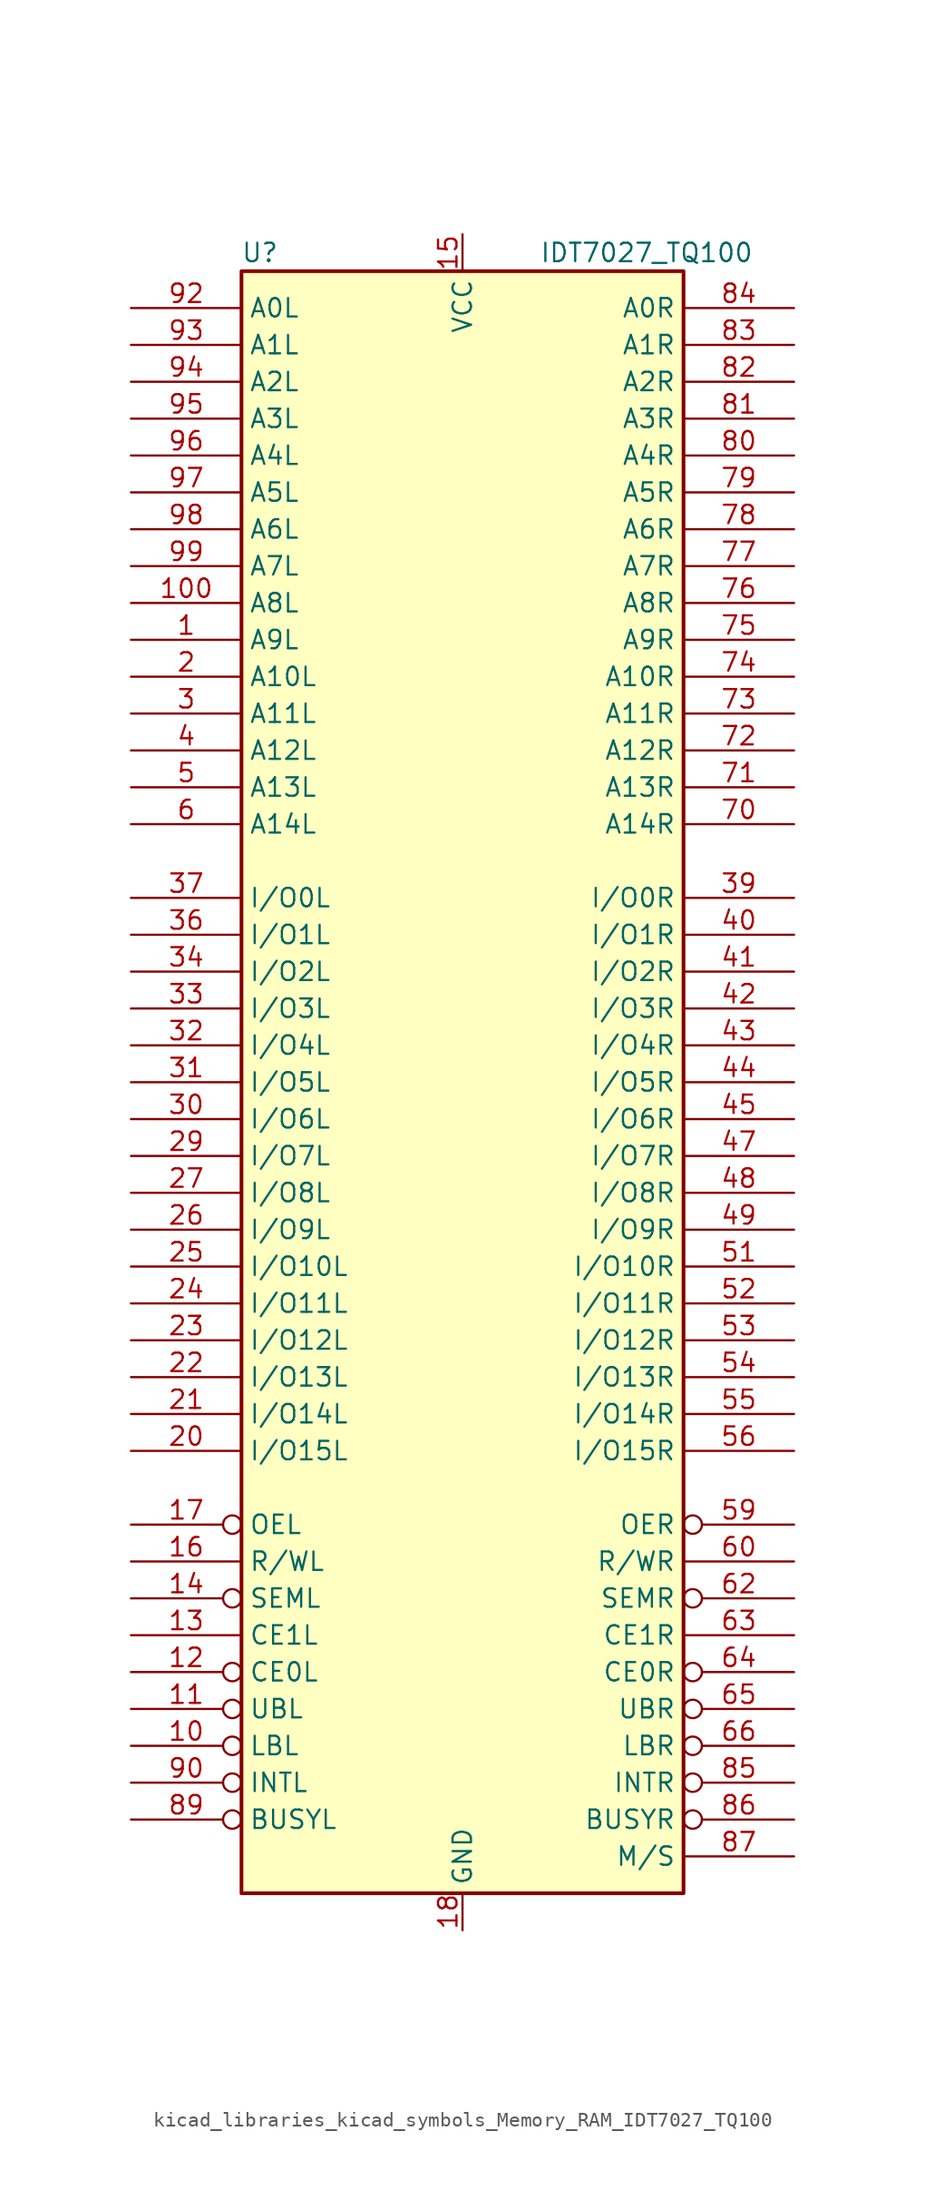
<source format=kicad_sym>
(kicad_symbol_lib
  (version 20220914)
  (generator kicad_symbol_editor)
  (symbol "kicad_libraries_kicad_symbols_Memory_RAM_IDT7027_TQ100"
    (property "Reference" "U"
      (at -13.97 57.15 0)
      (effects (font (size 1.27 1.27))))
    (property "Value" "IDT7027_TQ100"
      (at 12.7 57.15 0)
      (effects (font (size 1.27 1.27))))
    (symbol "kicad_libraries_kicad_symbols_Memory_RAM_IDT7027_TQ100_0_1"
      (rectangle (start -15.24 55.88) (end 15.24 -55.88) (stroke (width 0.254) (type default)) (fill (type background))))
    (symbol "kicad_libraries_kicad_symbols_Memory_RAM_IDT7027_TQ100_1_1"
      (pin input line (at -22.86 30.48 0) (length 7.62) (name "A9L" (effects (font (size 1.27 1.27)))) (number "1" (effects (font (size 1.27 1.27)))))
      (pin input inverted (at -22.86 -45.72 0) (length 7.62) (name "LBL" (effects (font (size 1.27 1.27)))) (number "10" (effects (font (size 1.27 1.27)))))
      (pin input line (at -22.86 33.02 0) (length 7.62) (name "A8L" (effects (font (size 1.27 1.27)))) (number "100" (effects (font (size 1.27 1.27)))))
      (pin input inverted (at -22.86 -43.18 0) (length 7.62) (name "UBL" (effects (font (size 1.27 1.27)))) (number "11" (effects (font (size 1.27 1.27)))))
      (pin input inverted (at -22.86 -40.64 0) (length 7.62) (name "CE0L" (effects (font (size 1.27 1.27)))) (number "12" (effects (font (size 1.27 1.27)))))
      (pin input line (at -22.86 -38.1 0) (length 7.62) (name "CE1L" (effects (font (size 1.27 1.27)))) (number "13" (effects (font (size 1.27 1.27)))))
      (pin input inverted (at -22.86 -35.56 0) (length 7.62) (name "SEML" (effects (font (size 1.27 1.27)))) (number "14" (effects (font (size 1.27 1.27)))))
      (pin power_in line (at 0 58.42 270) (length 2.54) (name "VCC" (effects (font (size 1.27 1.27)))) (number "15" (effects (font (size 1.27 1.27)))))
      (pin input line (at -22.86 -33.02 0) (length 7.62) (name "R/WL" (effects (font (size 1.27 1.27)))) (number "16" (effects (font (size 1.27 1.27)))))
      (pin input inverted (at -22.86 -30.48 0) (length 7.62) (name "OEL" (effects (font (size 1.27 1.27)))) (number "17" (effects (font (size 1.27 1.27)))))
      (pin power_in line (at 0 -58.42 90) (length 2.54) (name "GND" (effects (font (size 1.27 1.27)))) (number "18" (effects (font (size 1.27 1.27)))))
      (pin passive line (at 0 -58.42 90) (length 2.54) hide (name "GND" (effects (font (size 1.27 1.27)))) (number "19" (effects (font (size 1.27 1.27)))))
      (pin input line (at -22.86 27.94 0) (length 7.62) (name "A10L" (effects (font (size 1.27 1.27)))) (number "2" (effects (font (size 1.27 1.27)))))
      (pin bidirectional line (at -22.86 -25.4 0) (length 7.62) (name "I/O15L" (effects (font (size 1.27 1.27)))) (number "20" (effects (font (size 1.27 1.27)))))
      (pin bidirectional line (at -22.86 -22.86 0) (length 7.62) (name "I/O14L" (effects (font (size 1.27 1.27)))) (number "21" (effects (font (size 1.27 1.27)))))
      (pin bidirectional line (at -22.86 -20.32 0) (length 7.62) (name "I/O13L" (effects (font (size 1.27 1.27)))) (number "22" (effects (font (size 1.27 1.27)))))
      (pin bidirectional line (at -22.86 -17.78 0) (length 7.62) (name "I/O12L" (effects (font (size 1.27 1.27)))) (number "23" (effects (font (size 1.27 1.27)))))
      (pin bidirectional line (at -22.86 -15.24 0) (length 7.62) (name "I/O11L" (effects (font (size 1.27 1.27)))) (number "24" (effects (font (size 1.27 1.27)))))
      (pin bidirectional line (at -22.86 -12.7 0) (length 7.62) (name "I/O10L" (effects (font (size 1.27 1.27)))) (number "25" (effects (font (size 1.27 1.27)))))
      (pin bidirectional line (at -22.86 -10.16 0) (length 7.62) (name "I/O9L" (effects (font (size 1.27 1.27)))) (number "26" (effects (font (size 1.27 1.27)))))
      (pin bidirectional line (at -22.86 -7.62 0) (length 7.62) (name "I/O8L" (effects (font (size 1.27 1.27)))) (number "27" (effects (font (size 1.27 1.27)))))
      (pin passive line (at 0 58.42 270) (length 2.54) hide (name "VCC" (effects (font (size 0.762 0.762)))) (number "28" (effects (font (size 0.762 0.762)))))
      (pin bidirectional line (at -22.86 -5.08 0) (length 7.62) (name "I/O7L" (effects (font (size 1.27 1.27)))) (number "29" (effects (font (size 1.27 1.27)))))
      (pin input line (at -22.86 25.4 0) (length 7.62) (name "A11L" (effects (font (size 1.27 1.27)))) (number "3" (effects (font (size 1.27 1.27)))))
      (pin bidirectional line (at -22.86 -2.54 0) (length 7.62) (name "I/O6L" (effects (font (size 1.27 1.27)))) (number "30" (effects (font (size 1.27 1.27)))))
      (pin bidirectional line (at -22.86 0 0) (length 7.62) (name "I/O5L" (effects (font (size 1.27 1.27)))) (number "31" (effects (font (size 1.27 1.27)))))
      (pin bidirectional line (at -22.86 2.54 0) (length 7.62) (name "I/O4L" (effects (font (size 1.27 1.27)))) (number "32" (effects (font (size 1.27 1.27)))))
      (pin bidirectional line (at -22.86 5.08 0) (length 7.62) (name "I/O3L" (effects (font (size 1.27 1.27)))) (number "33" (effects (font (size 1.27 1.27)))))
      (pin bidirectional line (at -22.86 7.62 0) (length 7.62) (name "I/O2L" (effects (font (size 1.27 1.27)))) (number "34" (effects (font (size 1.27 1.27)))))
      (pin passive line (at 0 -58.42 90) (length 2.54) hide (name "GND" (effects (font (size 0.762 0.762)))) (number "35" (effects (font (size 0.762 0.762)))))
      (pin bidirectional line (at -22.86 10.16 0) (length 7.62) (name "I/O1L" (effects (font (size 1.27 1.27)))) (number "36" (effects (font (size 1.27 1.27)))))
      (pin bidirectional line (at -22.86 12.7 0) (length 7.62) (name "I/O0L" (effects (font (size 1.27 1.27)))) (number "37" (effects (font (size 1.27 1.27)))))
      (pin passive line (at 0 -58.42 90) (length 2.54) hide (name "GND" (effects (font (size 0.762 0.762)))) (number "38" (effects (font (size 0.762 0.762)))))
      (pin bidirectional line (at 22.86 12.7 180) (length 7.62) (name "I/O0R" (effects (font (size 1.27 1.27)))) (number "39" (effects (font (size 1.27 1.27)))))
      (pin input line (at -22.86 22.86 0) (length 7.62) (name "A12L" (effects (font (size 1.27 1.27)))) (number "4" (effects (font (size 1.27 1.27)))))
      (pin bidirectional line (at 22.86 10.16 180) (length 7.62) (name "I/O1R" (effects (font (size 1.27 1.27)))) (number "40" (effects (font (size 1.27 1.27)))))
      (pin bidirectional line (at 22.86 7.62 180) (length 7.62) (name "I/O2R" (effects (font (size 1.27 1.27)))) (number "41" (effects (font (size 1.27 1.27)))))
      (pin bidirectional line (at 22.86 5.08 180) (length 7.62) (name "I/O3R" (effects (font (size 1.27 1.27)))) (number "42" (effects (font (size 1.27 1.27)))))
      (pin bidirectional line (at 22.86 2.54 180) (length 7.62) (name "I/O4R" (effects (font (size 1.27 1.27)))) (number "43" (effects (font (size 1.27 1.27)))))
      (pin bidirectional line (at 22.86 0 180) (length 7.62) (name "I/O5R" (effects (font (size 1.27 1.27)))) (number "44" (effects (font (size 1.27 1.27)))))
      (pin bidirectional line (at 22.86 -2.54 180) (length 7.62) (name "I/O6R" (effects (font (size 1.27 1.27)))) (number "45" (effects (font (size 1.27 1.27)))))
      (pin passive line (at 0 58.42 270) (length 2.54) hide (name "VCC" (effects (font (size 0.762 0.762)))) (number "46" (effects (font (size 0.762 0.762)))))
      (pin bidirectional line (at 22.86 -5.08 180) (length 7.62) (name "I/O7R" (effects (font (size 1.27 1.27)))) (number "47" (effects (font (size 1.27 1.27)))))
      (pin bidirectional line (at 22.86 -7.62 180) (length 7.62) (name "I/O8R" (effects (font (size 1.27 1.27)))) (number "48" (effects (font (size 1.27 1.27)))))
      (pin bidirectional line (at 22.86 -10.16 180) (length 7.62) (name "I/O9R" (effects (font (size 1.27 1.27)))) (number "49" (effects (font (size 1.27 1.27)))))
      (pin input line (at -22.86 20.32 0) (length 7.62) (name "A13L" (effects (font (size 1.27 1.27)))) (number "5" (effects (font (size 1.27 1.27)))))
      (pin bidirectional line (at 22.86 -12.7 180) (length 7.62) (name "I/O10R" (effects (font (size 1.27 1.27)))) (number "51" (effects (font (size 1.27 1.27)))))
      (pin bidirectional line (at 22.86 -15.24 180) (length 7.62) (name "I/O11R" (effects (font (size 1.27 1.27)))) (number "52" (effects (font (size 1.27 1.27)))))
      (pin bidirectional line (at 22.86 -17.78 180) (length 7.62) (name "I/O12R" (effects (font (size 1.27 1.27)))) (number "53" (effects (font (size 1.27 1.27)))))
      (pin bidirectional line (at 22.86 -20.32 180) (length 7.62) (name "I/O13R" (effects (font (size 1.27 1.27)))) (number "54" (effects (font (size 1.27 1.27)))))
      (pin bidirectional line (at 22.86 -22.86 180) (length 7.62) (name "I/O14R" (effects (font (size 1.27 1.27)))) (number "55" (effects (font (size 1.27 1.27)))))
      (pin bidirectional line (at 22.86 -25.4 180) (length 7.62) (name "I/O15R" (effects (font (size 1.27 1.27)))) (number "56" (effects (font (size 1.27 1.27)))))
      (pin passive line (at 0 -58.42 90) (length 2.54) hide (name "GND" (effects (font (size 0.762 0.762)))) (number "57" (effects (font (size 0.762 0.762)))))
      (pin passive line (at 0 -58.42 90) (length 2.54) hide (name "GND" (effects (font (size 0.762 0.762)))) (number "58" (effects (font (size 0.762 0.762)))))
      (pin input inverted (at 22.86 -30.48 180) (length 7.62) (name "OER" (effects (font (size 1.27 1.27)))) (number "59" (effects (font (size 1.27 1.27)))))
      (pin input line (at -22.86 17.78 0) (length 7.62) (name "A14L" (effects (font (size 1.27 1.27)))) (number "6" (effects (font (size 1.27 1.27)))))
      (pin input line (at 22.86 -33.02 180) (length 7.62) (name "R/WR" (effects (font (size 1.27 1.27)))) (number "60" (effects (font (size 1.27 1.27)))))
      (pin passive line (at 0 -58.42 90) (length 2.54) hide (name "GND" (effects (font (size 0.762 0.762)))) (number "61" (effects (font (size 0.762 0.762)))))
      (pin input inverted (at 22.86 -35.56 180) (length 7.62) (name "SEMR" (effects (font (size 1.27 1.27)))) (number "62" (effects (font (size 1.27 1.27)))))
      (pin input line (at 22.86 -38.1 180) (length 7.62) (name "CE1R" (effects (font (size 1.27 1.27)))) (number "63" (effects (font (size 1.27 1.27)))))
      (pin input inverted (at 22.86 -40.64 180) (length 7.62) (name "CE0R" (effects (font (size 1.27 1.27)))) (number "64" (effects (font (size 1.27 1.27)))))
      (pin input inverted (at 22.86 -43.18 180) (length 7.62) (name "UBR" (effects (font (size 1.27 1.27)))) (number "65" (effects (font (size 1.27 1.27)))))
      (pin input inverted (at 22.86 -45.72 180) (length 7.62) (name "LBR" (effects (font (size 1.27 1.27)))) (number "66" (effects (font (size 1.27 1.27)))))
      (pin input line (at 22.86 17.78 180) (length 7.62) (name "A14R" (effects (font (size 1.27 1.27)))) (number "70" (effects (font (size 1.27 1.27)))))
      (pin input line (at 22.86 20.32 180) (length 7.62) (name "A13R" (effects (font (size 1.27 1.27)))) (number "71" (effects (font (size 1.27 1.27)))))
      (pin input line (at 22.86 22.86 180) (length 7.62) (name "A12R" (effects (font (size 1.27 1.27)))) (number "72" (effects (font (size 1.27 1.27)))))
      (pin input line (at 22.86 25.4 180) (length 7.62) (name "A11R" (effects (font (size 1.27 1.27)))) (number "73" (effects (font (size 1.27 1.27)))))
      (pin input line (at 22.86 27.94 180) (length 7.62) (name "A10R" (effects (font (size 1.27 1.27)))) (number "74" (effects (font (size 1.27 1.27)))))
      (pin input line (at 22.86 30.48 180) (length 7.62) (name "A9R" (effects (font (size 1.27 1.27)))) (number "75" (effects (font (size 1.27 1.27)))))
      (pin input line (at 22.86 33.02 180) (length 7.62) (name "A8R" (effects (font (size 1.27 1.27)))) (number "76" (effects (font (size 1.27 1.27)))))
      (pin input line (at 22.86 35.56 180) (length 7.62) (name "A7R" (effects (font (size 1.27 1.27)))) (number "77" (effects (font (size 1.27 1.27)))))
      (pin input line (at 22.86 38.1 180) (length 7.62) (name "A6R" (effects (font (size 1.27 1.27)))) (number "78" (effects (font (size 1.27 1.27)))))
      (pin input line (at 22.86 40.64 180) (length 7.62) (name "A5R" (effects (font (size 1.27 1.27)))) (number "79" (effects (font (size 1.27 1.27)))))
      (pin input line (at 22.86 43.18 180) (length 7.62) (name "A4R" (effects (font (size 1.27 1.27)))) (number "80" (effects (font (size 1.27 1.27)))))
      (pin input line (at 22.86 45.72 180) (length 7.62) (name "A3R" (effects (font (size 1.27 1.27)))) (number "81" (effects (font (size 1.27 1.27)))))
      (pin input line (at 22.86 48.26 180) (length 7.62) (name "A2R" (effects (font (size 1.27 1.27)))) (number "82" (effects (font (size 1.27 1.27)))))
      (pin input line (at 22.86 50.8 180) (length 7.62) (name "A1R" (effects (font (size 1.27 1.27)))) (number "83" (effects (font (size 1.27 1.27)))))
      (pin input line (at 22.86 53.34 180) (length 7.62) (name "A0R" (effects (font (size 1.27 1.27)))) (number "84" (effects (font (size 1.27 1.27)))))
      (pin output inverted (at 22.86 -48.26 180) (length 7.62) (name "INTR" (effects (font (size 1.27 1.27)))) (number "85" (effects (font (size 1.27 1.27)))))
      (pin bidirectional inverted (at 22.86 -50.8 180) (length 7.62) (name "BUSYR" (effects (font (size 1.27 1.27)))) (number "86" (effects (font (size 1.27 1.27)))))
      (pin input line (at 22.86 -53.34 180) (length 7.62) (name "M/S" (effects (font (size 1.27 1.27)))) (number "87" (effects (font (size 1.27 1.27)))))
      (pin passive line (at 0 -58.42 90) (length 2.54) hide (name "GND" (effects (font (size 0.762 0.762)))) (number "88" (effects (font (size 0.762 0.762)))))
      (pin bidirectional inverted (at -22.86 -50.8 0) (length 7.62) (name "BUSYL" (effects (font (size 1.27 1.27)))) (number "89" (effects (font (size 1.27 1.27)))))
      (pin output inverted (at -22.86 -48.26 0) (length 7.62) (name "INTL" (effects (font (size 1.27 1.27)))) (number "90" (effects (font (size 1.27 1.27)))))
      (pin input line (at -22.86 53.34 0) (length 7.62) (name "A0L" (effects (font (size 1.27 1.27)))) (number "92" (effects (font (size 1.27 1.27)))))
      (pin input line (at -22.86 50.8 0) (length 7.62) (name "A1L" (effects (font (size 1.27 1.27)))) (number "93" (effects (font (size 1.27 1.27)))))
      (pin input line (at -22.86 48.26 0) (length 7.62) (name "A2L" (effects (font (size 1.27 1.27)))) (number "94" (effects (font (size 1.27 1.27)))))
      (pin input line (at -22.86 45.72 0) (length 7.62) (name "A3L" (effects (font (size 1.27 1.27)))) (number "95" (effects (font (size 1.27 1.27)))))
      (pin input line (at -22.86 43.18 0) (length 7.62) (name "A4L" (effects (font (size 1.27 1.27)))) (number "96" (effects (font (size 1.27 1.27)))))
      (pin input line (at -22.86 40.64 0) (length 7.62) (name "A5L" (effects (font (size 1.27 1.27)))) (number "97" (effects (font (size 1.27 1.27)))))
      (pin input line (at -22.86 38.1 0) (length 7.62) (name "A6L" (effects (font (size 1.27 1.27)))) (number "98" (effects (font (size 1.27 1.27)))))
      (pin input line (at -22.86 35.56 0) (length 7.62) (name "A7L" (effects (font (size 1.27 1.27)))) (number "99" (effects (font (size 1.27 1.27))))))))
</source>
